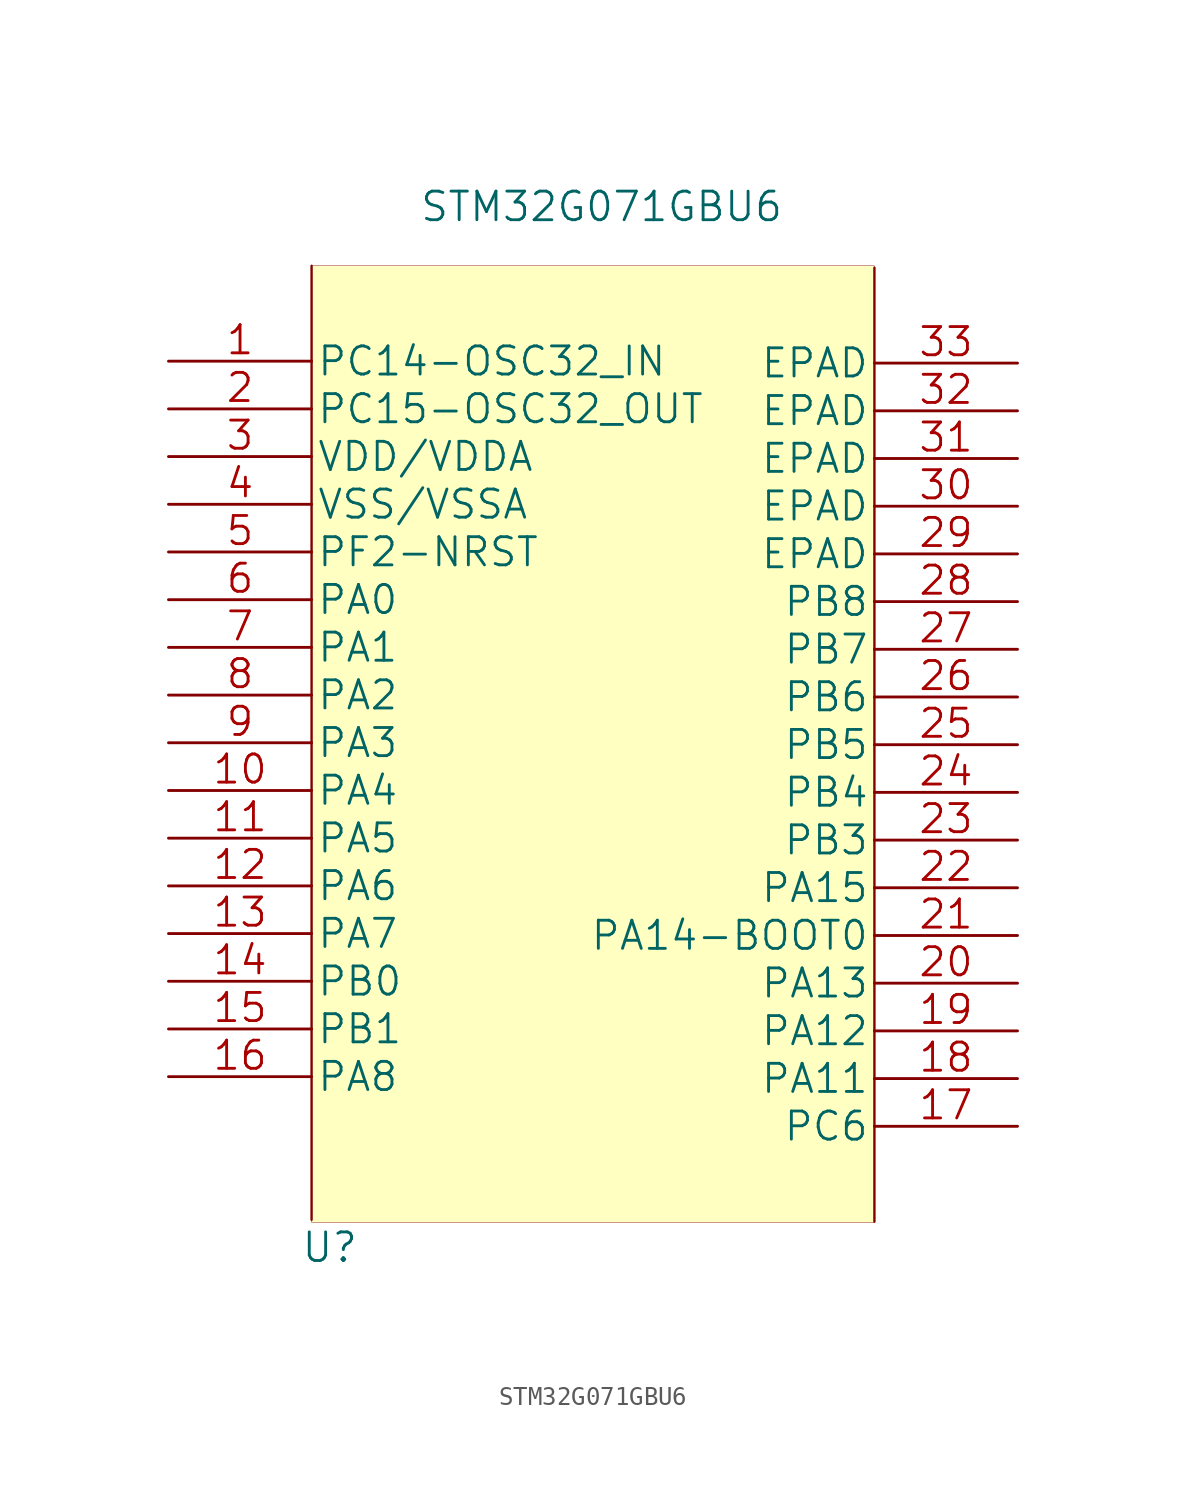
<source format=kicad_sym>
(kicad_symbol_lib
  (version 20200827)
  (generator kicad_symbol_editor)
  (symbol "2020-06-11_01-53-57:STM32G071GBU6"
    (pin_names
      (offset 0.254))
    (property "Reference" "U"
      (at 8.585 -47.193 0)
      (effects (font (size 1.524 1.524))))
    (property "Value" "STM32G071GBU6"
      (at 23.063 8.23 0)
      (effects (font (size 1.524 1.524))))
    (property "Datasheet" ""
      (at 0 0 0)
      (effects (font (size 1.524 1.524))))
    (property "ki_locked" ""
      (at 0 0 0)
      (effects (font (size 1.27 1.27))))
    (symbol "STM32G071GBU6_0_1"
      (rectangle (start 7.62 5.08) (end 37.592 -45.872) (stroke (width 0.001)) (fill (type background))))
    (symbol "STM32G071GBU6_1_1"
      (polyline (pts (xy 7.62 5.08) (xy 7.62 -45.72)) (stroke (width 0.127)) (fill (type none)))
      (polyline (pts (xy 37.592 -45.822) (xy 37.592 4.978)) (stroke (width 0.127)) (fill (type none)))
      (pin bidirectional line (at 0 0 0) (length 7.62) (name "PC14-OSC32_IN" (effects (font (size 1.499 1.499)))) (number "1" (effects (font (size 1.499 1.499)))))
      (pin bidirectional line (at 0 -2.54 0) (length 7.62) (name "PC15-OSC32_OUT" (effects (font (size 1.499 1.499)))) (number "2" (effects (font (size 1.499 1.499)))))
      (pin power_in line (at 0 -5.08 0) (length 7.62) (name "VDD/VDDA" (effects (font (size 1.499 1.499)))) (number "3" (effects (font (size 1.499 1.499)))))
      (pin power_in line (at 0 -7.62 0) (length 7.62) (name "VSS/VSSA" (effects (font (size 1.499 1.499)))) (number "4" (effects (font (size 1.499 1.499)))))
      (pin bidirectional line (at 0 -10.16 0) (length 7.62) (name "PF2-NRST" (effects (font (size 1.499 1.499)))) (number "5" (effects (font (size 1.499 1.499)))))
      (pin bidirectional line (at 0 -12.7 0) (length 7.62) (name "PA0" (effects (font (size 1.499 1.499)))) (number "6" (effects (font (size 1.499 1.499)))))
      (pin bidirectional line (at 0 -15.24 0) (length 7.62) (name "PA1" (effects (font (size 1.499 1.499)))) (number "7" (effects (font (size 1.499 1.499)))))
      (pin bidirectional line (at 0 -17.78 0) (length 7.62) (name "PA2" (effects (font (size 1.499 1.499)))) (number "8" (effects (font (size 1.499 1.499)))))
      (pin bidirectional line (at 0 -20.32 0) (length 7.62) (name "PA3" (effects (font (size 1.499 1.499)))) (number "9" (effects (font (size 1.499 1.499)))))
      (pin bidirectional line (at 0 -22.86 0) (length 7.62) (name "PA4" (effects (font (size 1.499 1.499)))) (number "10" (effects (font (size 1.499 1.499)))))
      (pin bidirectional line (at 0 -25.4 0) (length 7.62) (name "PA5" (effects (font (size 1.499 1.499)))) (number "11" (effects (font (size 1.499 1.499)))))
      (pin bidirectional line (at 0 -27.94 0) (length 7.62) (name "PA6" (effects (font (size 1.499 1.499)))) (number "12" (effects (font (size 1.499 1.499)))))
      (pin bidirectional line (at 0 -30.48 0) (length 7.62) (name "PA7" (effects (font (size 1.499 1.499)))) (number "13" (effects (font (size 1.499 1.499)))))
      (pin bidirectional line (at 0 -33.02 0) (length 7.62) (name "PB0" (effects (font (size 1.499 1.499)))) (number "14" (effects (font (size 1.499 1.499)))))
      (pin bidirectional line (at 0 -35.56 0) (length 7.62) (name "PB1" (effects (font (size 1.499 1.499)))) (number "15" (effects (font (size 1.499 1.499)))))
      (pin bidirectional line (at 0 -38.1 0) (length 7.62) (name "PA8" (effects (font (size 1.499 1.499)))) (number "16" (effects (font (size 1.499 1.499)))))
      (pin bidirectional line (at 45.212 -40.742 180) (length 7.62) (name "PC6" (effects (font (size 1.499 1.499)))) (number "17" (effects (font (size 1.499 1.499)))))
      (pin bidirectional line (at 45.212 -38.202 180) (length 7.62) (name "PA11" (effects (font (size 1.499 1.499)))) (number "18" (effects (font (size 1.499 1.499)))))
      (pin bidirectional line (at 45.212 -35.662 180) (length 7.62) (name "PA12" (effects (font (size 1.499 1.499)))) (number "19" (effects (font (size 1.499 1.499)))))
      (pin bidirectional line (at 45.212 -33.122 180) (length 7.62) (name "PA13" (effects (font (size 1.499 1.499)))) (number "20" (effects (font (size 1.499 1.499)))))
      (pin bidirectional line (at 45.212 -30.582 180) (length 7.62) (name "PA14-BOOT0" (effects (font (size 1.499 1.499)))) (number "21" (effects (font (size 1.499 1.499)))))
      (pin bidirectional line (at 45.212 -28.042 180) (length 7.62) (name "PA15" (effects (font (size 1.499 1.499)))) (number "22" (effects (font (size 1.499 1.499)))))
      (pin bidirectional line (at 45.212 -25.502 180) (length 7.62) (name "PB3" (effects (font (size 1.499 1.499)))) (number "23" (effects (font (size 1.499 1.499)))))
      (pin bidirectional line (at 45.212 -22.962 180) (length 7.62) (name "PB4" (effects (font (size 1.499 1.499)))) (number "24" (effects (font (size 1.499 1.499)))))
      (pin bidirectional line (at 45.212 -20.422 180) (length 7.62) (name "PB5" (effects (font (size 1.499 1.499)))) (number "25" (effects (font (size 1.499 1.499)))))
      (pin bidirectional line (at 45.212 -17.882 180) (length 7.62) (name "PB6" (effects (font (size 1.499 1.499)))) (number "26" (effects (font (size 1.499 1.499)))))
      (pin bidirectional line (at 45.212 -15.342 180) (length 7.62) (name "PB7" (effects (font (size 1.499 1.499)))) (number "27" (effects (font (size 1.499 1.499)))))
      (pin bidirectional line (at 45.212 -12.802 180) (length 7.62) (name "PB8" (effects (font (size 1.499 1.499)))) (number "28" (effects (font (size 1.499 1.499)))))
      (pin unspecified line (at 45.212 -10.262 180) (length 7.62) (name "EPAD" (effects (font (size 1.499 1.499)))) (number "29" (effects (font (size 1.499 1.499)))))
      (pin unspecified line (at 45.212 -7.722 180) (length 7.62) (name "EPAD" (effects (font (size 1.499 1.499)))) (number "30" (effects (font (size 1.499 1.499)))))
      (pin unspecified line (at 45.212 -5.182 180) (length 7.62) (name "EPAD" (effects (font (size 1.499 1.499)))) (number "31" (effects (font (size 1.499 1.499)))))
      (pin unspecified line (at 45.212 -2.642 180) (length 7.62) (name "EPAD" (effects (font (size 1.499 1.499)))) (number "32" (effects (font (size 1.499 1.499)))))
      (pin unspecified line (at 45.212 -0.102 180) (length 7.62) (name "EPAD" (effects (font (size 1.499 1.499)))) (number "33" (effects (font (size 1.499 1.499))))))))
</source>
